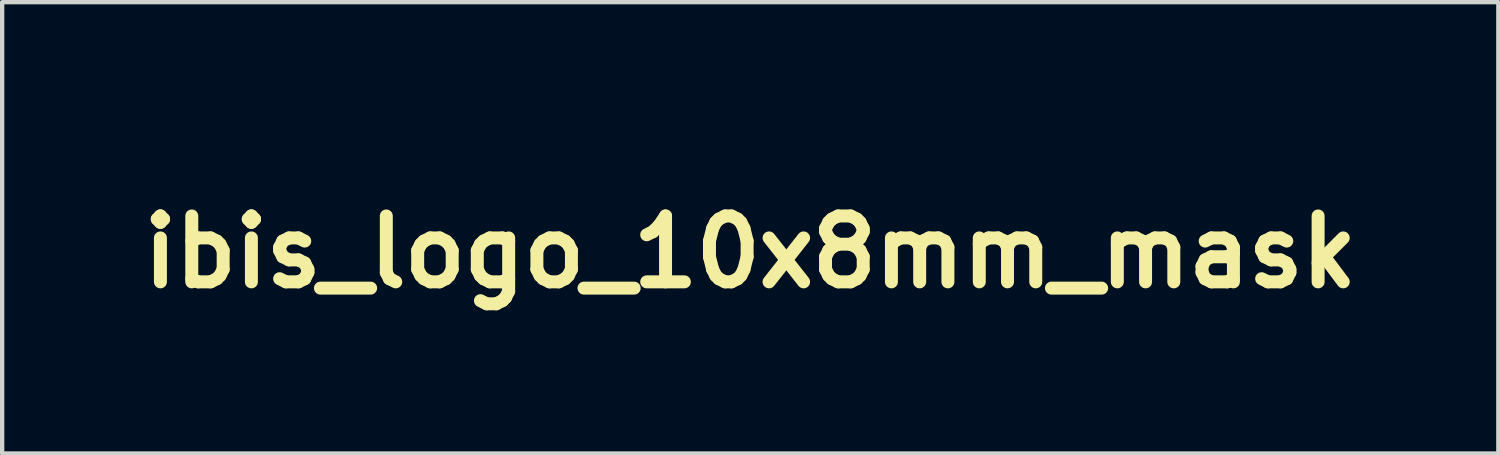
<source format=kicad_pcb>
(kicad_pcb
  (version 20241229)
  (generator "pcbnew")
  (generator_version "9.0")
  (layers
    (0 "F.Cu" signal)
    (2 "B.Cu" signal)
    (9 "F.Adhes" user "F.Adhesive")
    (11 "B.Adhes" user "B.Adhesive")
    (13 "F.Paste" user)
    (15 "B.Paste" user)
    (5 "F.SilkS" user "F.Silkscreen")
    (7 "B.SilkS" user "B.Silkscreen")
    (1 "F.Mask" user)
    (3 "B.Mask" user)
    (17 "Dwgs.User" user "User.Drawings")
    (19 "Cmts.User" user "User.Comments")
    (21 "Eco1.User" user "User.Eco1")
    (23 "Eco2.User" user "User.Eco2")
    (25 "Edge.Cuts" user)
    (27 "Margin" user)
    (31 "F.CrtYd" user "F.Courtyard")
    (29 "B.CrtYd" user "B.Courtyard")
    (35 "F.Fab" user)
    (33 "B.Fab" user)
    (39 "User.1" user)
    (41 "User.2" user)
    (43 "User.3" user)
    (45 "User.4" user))
  (footprint "ibis_logo_10x8mm_mask"
    (layer "F.Cu")
    (at 14.304 2.78)
    (property "Reference" "ibis_logo_10x8mm_mask" (at 0 0 0) (layer "F.SilkS") (effects (font (size 1.524 1.524) (thickness 0.3))))
    (attr board_only exclude_from_pos_files exclude_from_bom)
    (fp_poly (pts (xy -1.02 1.66) (xy -1.18 1.66) (xy -1.18 0.48) (xy -1.02 0.48)) (stroke (width 0) (type solid)) (fill yes) (layer "F.Mask"))
    (fp_poly (pts (xy 0.38 -0.73) (xy 0.37 -0.72) (xy 0.36 -0.73) (xy 0.37 -0.74)) (stroke (width 0) (type solid)) (fill yes) (layer "F.Mask"))
    (fp_poly (pts (xy 0.277 -0.752) (xy 0.298 -0.733) (xy 0.3 -0.729) (xy 0.291 -0.721) (xy 0.271 -0.739) (xy 0.268 -0.743) (xy 0.266 -0.757)) (stroke (width 0) (type solid)) (fill yes) (layer "F.Mask"))
    (fp_poly (pts (xy -3.603 -2.77) (xy -3.6 -2.761) (xy -3.613 -2.735) (xy -3.639 -2.729) (xy -3.647 -2.734) (xy -3.659 -2.763) (xy -3.638 -2.779) (xy -3.63 -2.78)) (stroke (width 0) (type solid)) (fill yes) (layer "F.Mask"))
    (fp_poly (pts (xy -1.02 -0.08) (xy -1.019 -0.079) (xy -0.987 -0.042) (xy -0.98 0.008) (xy -0.995 0.075) (xy -1.034 0.121) (xy -1.088 0.139) (xy -1.146 0.125) (xy -1.18 0.1) (xy -1.215 0.045) (xy -1.216 -0.01) (xy -1.191 -0.057) (xy -1.146 -0.089) (xy -1.087 -0.099)) (stroke (width 0) (type solid)) (fill yes) (layer "F.Mask"))
    (fp_poly (pts (xy 0.058 -1.82) (xy 0.09 -1.78) (xy 0.1 -1.766) (xy 0.142 -1.705) (xy 0.195 -1.635) (xy 0.224 -1.6) (xy 0.266 -1.543) (xy 0.304 -1.482) (xy 0.333 -1.426) (xy 0.349 -1.382) (xy 0.349 -1.361) (xy 0.345 -1.36) (xy 0.32 -1.366) (xy 0.268 -1.383) (xy 0.2 -1.406) (xy 0.19 -1.41) (xy 0.113 -1.434) (xy 0.042 -1.452) (xy -0.006 -1.46) (xy -0.007 -1.46) (xy -0.046 -1.451) (xy -0.112 -1.428) (xy -0.197 -1.393) (xy -0.291 -1.35) (xy -0.307 -1.342) (xy -0.417 -1.291) (xy -0.532 -1.241) (xy -0.639 -1.198) (xy -0.72 -1.169) (xy -0.805 -1.14) (xy -0.883 -1.113) (xy -0.941 -1.092) (xy -0.953 -1.087) (xy -1.002 -1.068) (xy -1.037 -1.06) (xy -1.038 -1.06) (xy -1.059 -1.044) (xy -1.06 -1.037) (xy -1.042 -1.023) (xy -0.994 -1.022) (xy -0.92 -1.032) (xy -0.829 -1.052) (xy -0.727 -1.081) (xy -0.67 -1.1) (xy -0.427 -1.178) (xy -0.21 -1.229) (xy -0.05 -1.252) (xy 0.027 -1.258) (xy 0.08 -1.255) (xy 0.124 -1.241) (xy 0.176 -1.213) (xy 0.185 -1.207) (xy 0.242 -1.169) (xy 0.269 -1.138) (xy 0.275 -1.105) (xy 0.275 -1.101) (xy 0.263 -1.065) (xy 0.229 -1.045) (xy 0.195 -1.036) (xy 0.131 -1.017) (xy 0.057 -0.988) (xy 0.025 -0.973) (xy -0.05 -0.939) (xy -0.139 -0.906) (xy -0.19 -0.889) (xy -0.256 -0.868) (xy -0.305 -0.849) (xy -0.326 -0.839) (xy -0.314 -0.833) (xy -0.269 -0.825) (xy -0.198 -0.818) (xy -0.107 -0.811) (xy -0.098 -0.811) (xy 0.001 -0.804) (xy 0.088 -0.795) (xy 0.154 -0.786) (xy 0.189 -0.778) (xy 0.203 -0.768) (xy 0.181 -0.767) (xy 0.14 -0.77) (xy 0.076 -0.773) (xy -0.019 -0.771) (xy -0.135 -0.766) (xy -0.262 -0.757) (xy -0.391 -0.746) (xy -0.514 -0.733) (xy -0.619 -0.719) (xy -0.679 -0.708) (xy -0.832 -0.66) (xy -0.994 -0.574) (xy -1.164 -0.451) (xy -1.34 -0.292) (xy -1.39 -0.242) (xy -1.471 -0.162) (xy -1.539 -0.108) (xy -1.608 -0.073) (xy -1.688 -0.052) (xy -1.791 -0.039) (xy -1.84 -0.036) (xy -1.939 -0.028) (xy -2.033 -0.02) (xy -2.108 -0.012) (xy -2.139 -0.008) (xy -2.227 0.005) (xy -2.138 -0.097) (xy -2.073 -0.185) (xy -2.03 -0.272) (xy -2.024 -0.292) (xy -2.012 -0.343) (xy -2.011 -0.384) (xy -2.023 -0.429) (xy -2.05 -0.492) (xy -2.059 -0.512) (xy -2.116 -0.608) (xy -2.186 -0.673) (xy -2.279 -0.715) (xy -2.346 -0.731) (xy -2.394 -0.744) (xy -2.419 -0.759) (xy -2.42 -0.762) (xy -2.411 -0.786) (xy -2.387 -0.837) (xy -2.353 -0.906) (xy -2.33 -0.95) (xy -2.285 -1.041) (xy -2.244 -1.138) (xy -2.214 -1.222) (xy -2.208 -1.245) (xy -2.185 -1.32) (xy -2.156 -1.377) (xy -2.11 -1.433) (xy -2.072 -1.47) (xy -2.004 -1.538) (xy -1.934 -1.613) (xy -1.888 -1.666) (xy -1.808 -1.761) (xy -1.579 -1.773) (xy -1.48 -1.777) (xy -1.41 -1.778) (xy -1.359 -1.774) (xy -1.316 -1.763) (xy -1.271 -1.744) (xy -1.228 -1.723) (xy -1.109 -1.665) (xy -1.013 -1.625) (xy -0.931 -1.6) (xy -0.851 -1.586) (xy -0.762 -1.58) (xy -0.721 -1.58) (xy -0.631 -1.582) (xy -0.555 -1.591) (xy -0.484 -1.608) (xy -0.407 -1.639) (xy -0.316 -1.686) (xy -0.222 -1.737) (xy -0.146 -1.777) (xy -0.075 -1.81) (xy -0.022 -1.828) (xy -0.015 -1.83) (xy 0.028 -1.834)) (stroke (width 0) (type solid)) (fill yes) (layer "F.Mask")))
  (gr_rect
    (start -3 -3)
    (end 31.608 7.44)
    (stroke (width 0.1) (type default))
    (fill no)
    (layer "Edge.Cuts")))
</source>
